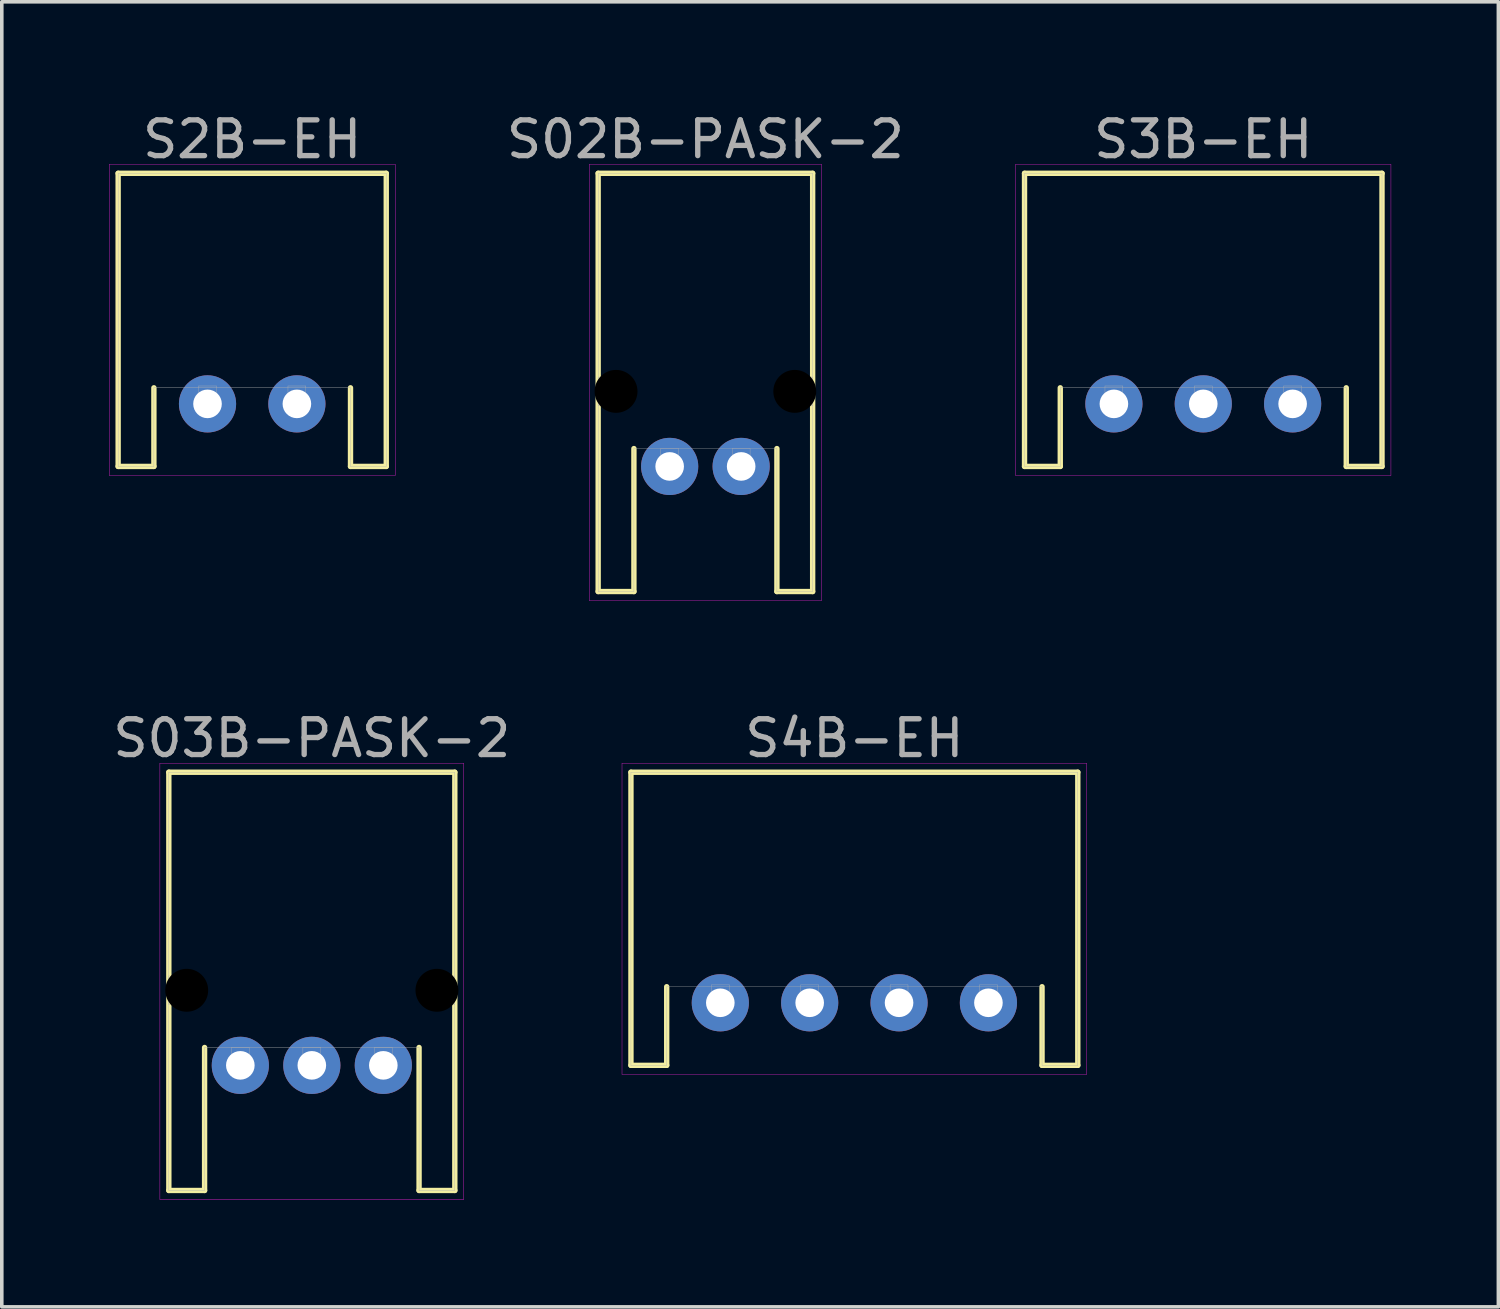
<source format=kicad_pcb>
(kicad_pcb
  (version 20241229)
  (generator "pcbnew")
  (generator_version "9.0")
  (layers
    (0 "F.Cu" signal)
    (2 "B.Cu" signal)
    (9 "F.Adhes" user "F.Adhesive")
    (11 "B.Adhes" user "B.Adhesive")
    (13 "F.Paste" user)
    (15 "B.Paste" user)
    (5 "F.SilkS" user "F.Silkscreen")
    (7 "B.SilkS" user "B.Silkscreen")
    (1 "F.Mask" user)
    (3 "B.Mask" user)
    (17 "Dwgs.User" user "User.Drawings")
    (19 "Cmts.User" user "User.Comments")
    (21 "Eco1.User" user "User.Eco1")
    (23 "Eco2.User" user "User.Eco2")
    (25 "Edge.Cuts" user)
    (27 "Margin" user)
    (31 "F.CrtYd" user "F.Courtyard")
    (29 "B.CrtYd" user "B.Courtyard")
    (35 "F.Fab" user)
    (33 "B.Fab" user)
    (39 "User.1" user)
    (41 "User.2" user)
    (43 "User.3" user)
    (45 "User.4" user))
  (footprint "S02B-PASK-2"
    (layer "F.Cu")
    (at 16.683 9.998)
    (property "Reference" "S02B-PASK-2" (at 0 -9.15 0) (layer "F.Fab") (effects (font (size 1 1) (thickness 0.15))))
    (attr through_hole)
    (fp_line (start -3 -8.2) (end -3 3.5) (stroke (width 0.15) (type solid)) (layer "F.SilkS"))
    (fp_line (start -3 -8.2) (end 3 -8.2) (stroke (width 0.15) (type solid)) (layer "F.SilkS"))
    (fp_line (start -3 3.5) (end -2 3.5) (stroke (width 0.15) (type solid)) (layer "F.SilkS"))
    (fp_line (start -2 3.5) (end -2 -0.5) (stroke (width 0.15) (type solid)) (layer "F.SilkS"))
    (fp_line (start 2 3.5) (end 2 -0.5) (stroke (width 0.15) (type solid)) (layer "F.SilkS"))
    (fp_line (start 3 -8.2) (end 3 3.5) (stroke (width 0.15) (type solid)) (layer "F.SilkS"))
    (fp_line (start 3 3.5) (end 2 3.5) (stroke (width 0.15) (type solid)) (layer "F.SilkS"))
    (fp_line (start -3.25 -8.45) (end 3.25 -8.45) (stroke (width 0.01) (type solid)) (layer "F.CrtYd"))
    (fp_line (start -3.25 3.75) (end -3.25 -8.45) (stroke (width 0.01) (type solid)) (layer "F.CrtYd"))
    (fp_line (start 3.25 -8.45) (end 3.25 3.75) (stroke (width 0.01) (type solid)) (layer "F.CrtYd"))
    (fp_line (start 3.25 3.75) (end -3.25 3.75) (stroke (width 0.01) (type solid)) (layer "F.CrtYd"))
    (fp_line (start -3 -8.2) (end -3 3.5) (stroke (width 0.01) (type solid)) (layer "F.Fab"))
    (fp_line (start -3 -8.2) (end 3 -8.2) (stroke (width 0.01) (type solid)) (layer "F.Fab"))
    (fp_line (start -3 -2.5) (end -2.4 -2.5) (stroke (width 0.01) (type solid)) (layer "F.Fab"))
    (fp_line (start -3 -1.7) (end -3 -2.5) (stroke (width 0.01) (type solid)) (layer "F.Fab"))
    (fp_line (start -3 3.5) (end -2 3.5) (stroke (width 0.01) (type solid)) (layer "F.Fab"))
    (fp_line (start -2.4 -2.5) (end -2.4 -1.7) (stroke (width 0.01) (type solid)) (layer "F.Fab"))
    (fp_line (start -2.4 -1.7) (end -3 -1.7) (stroke (width 0.01) (type solid)) (layer "F.Fab"))
    (fp_line (start -2 3.5) (end -2 -0.5) (stroke (width 0.01) (type solid)) (layer "F.Fab"))
    (fp_line (start -1.25 -0.5) (end -0.75 -0.5) (stroke (width 0.01) (type solid)) (layer "F.Fab"))
    (fp_line (start -1.25 -0.25) (end -0.75 -0.25) (stroke (width 0.01) (type solid)) (layer "F.Fab"))
    (fp_line (start -1.25 0.25) (end -1.25 -0.5) (stroke (width 0.01) (type solid)) (layer "F.Fab"))
    (fp_line (start -0.75 -0.5) (end -0.75 0.25) (stroke (width 0.01) (type solid)) (layer "F.Fab"))
    (fp_line (start -0.75 0.25) (end -1.25 0.25) (stroke (width 0.01) (type solid)) (layer "F.Fab"))
    (fp_line (start 0.75 -0.5) (end 1.25 -0.5) (stroke (width 0.01) (type solid)) (layer "F.Fab"))
    (fp_line (start 0.75 -0.25) (end 1.25 -0.25) (stroke (width 0.01) (type solid)) (layer "F.Fab"))
    (fp_line (start 0.75 0.25) (end 0.75 -0.5) (stroke (width 0.01) (type solid)) (layer "F.Fab"))
    (fp_line (start 1.25 -0.5) (end 1.25 0.25) (stroke (width 0.01) (type solid)) (layer "F.Fab"))
    (fp_line (start 1.25 0.25) (end 0.75 0.25) (stroke (width 0.01) (type solid)) (layer "F.Fab"))
    (fp_line (start 2 -0.5) (end -2 -0.5) (stroke (width 0.01) (type solid)) (layer "F.Fab"))
    (fp_line (start 2 3.5) (end 2 -0.5) (stroke (width 0.01) (type solid)) (layer "F.Fab"))
    (fp_line (start 2.4 -2.5) (end 3 -2.5) (stroke (width 0.01) (type solid)) (layer "F.Fab"))
    (fp_line (start 2.4 -1.7) (end 2.4 -2.5) (stroke (width 0.01) (type solid)) (layer "F.Fab"))
    (fp_line (start 3 -8.2) (end 3 3.5) (stroke (width 0.01) (type solid)) (layer "F.Fab"))
    (fp_line (start 3 -2.5) (end 3 -1.7) (stroke (width 0.01) (type solid)) (layer "F.Fab"))
    (fp_line (start 3 -1.7) (end 2.4 -1.7) (stroke (width 0.01) (type solid)) (layer "F.Fab"))
    (fp_line (start 3 3.5) (end 2 3.5) (stroke (width 0.01) (type solid)) (layer "F.Fab"))
    (pad "" np_thru_hole circle (at -2.5 -2.1) (size 1.2 1.2) (drill 1.2) (layers "*.Mask"))
    (pad "" np_thru_hole circle (at 2.5 -2.1) (size 1.2 1.2) (drill 1.2) (layers "*.Mask"))
    (pad "1" thru_hole circle (at 1 0) (size 1.6 1.6) (drill 0.8) (layers "*.Cu" "*.Mask"))
    (pad "2" thru_hole circle (at -1 0) (size 1.6 1.6) (drill 0.8) (layers "*.Cu" "*.Mask")))
  (footprint "S03B-PASK-2"
    (layer "F.Cu")
    (at 5.673 26.752)
    (property "Reference" "S03B-PASK-2" (at 0 -9.15 0) (layer "F.Fab") (effects (font (size 1 1) (thickness 0.15))))
    (attr through_hole)
    (fp_line (start -4 -8.2) (end -4 3.5) (stroke (width 0.15) (type solid)) (layer "F.SilkS"))
    (fp_line (start -4 -8.2) (end 4 -8.2) (stroke (width 0.15) (type solid)) (layer "F.SilkS"))
    (fp_line (start -4 3.5) (end -3 3.5) (stroke (width 0.15) (type solid)) (layer "F.SilkS"))
    (fp_line (start -3 3.5) (end -3 -0.5) (stroke (width 0.15) (type solid)) (layer "F.SilkS"))
    (fp_line (start 3 3.5) (end 3 -0.5) (stroke (width 0.15) (type solid)) (layer "F.SilkS"))
    (fp_line (start 4 -8.2) (end 4 3.5) (stroke (width 0.15) (type solid)) (layer "F.SilkS"))
    (fp_line (start 4 3.5) (end 3 3.5) (stroke (width 0.15) (type solid)) (layer "F.SilkS"))
    (fp_line (start -4.25 -8.45) (end 4.25 -8.45) (stroke (width 0.01) (type solid)) (layer "F.CrtYd"))
    (fp_line (start -4.25 3.75) (end -4.25 -8.45) (stroke (width 0.01) (type solid)) (layer "F.CrtYd"))
    (fp_line (start 4.25 -8.45) (end 4.25 3.75) (stroke (width 0.01) (type solid)) (layer "F.CrtYd"))
    (fp_line (start 4.25 3.75) (end -4.25 3.75) (stroke (width 0.01) (type solid)) (layer "F.CrtYd"))
    (fp_line (start -4 -8.2) (end -4 3.5) (stroke (width 0.01) (type solid)) (layer "F.Fab"))
    (fp_line (start -4 -8.2) (end 4 -8.2) (stroke (width 0.01) (type solid)) (layer "F.Fab"))
    (fp_line (start -4 -2.5) (end -3.4 -2.5) (stroke (width 0.01) (type solid)) (layer "F.Fab"))
    (fp_line (start -4 -1.7) (end -4 -2.5) (stroke (width 0.01) (type solid)) (layer "F.Fab"))
    (fp_line (start -4 3.5) (end -3 3.5) (stroke (width 0.01) (type solid)) (layer "F.Fab"))
    (fp_line (start -3.4 -2.5) (end -3.4 -1.7) (stroke (width 0.01) (type solid)) (layer "F.Fab"))
    (fp_line (start -3.4 -1.7) (end -4 -1.7) (stroke (width 0.01) (type solid)) (layer "F.Fab"))
    (fp_line (start -3 3.5) (end -3 -0.5) (stroke (width 0.01) (type solid)) (layer "F.Fab"))
    (fp_line (start -2.25 -0.5) (end -1.75 -0.5) (stroke (width 0.01) (type solid)) (layer "F.Fab"))
    (fp_line (start -2.25 -0.25) (end -1.75 -0.25) (stroke (width 0.01) (type solid)) (layer "F.Fab"))
    (fp_line (start -2.25 0.25) (end -2.25 -0.5) (stroke (width 0.01) (type solid)) (layer "F.Fab"))
    (fp_line (start -1.75 -0.5) (end -1.75 0.25) (stroke (width 0.01) (type solid)) (layer "F.Fab"))
    (fp_line (start -1.75 0.25) (end -2.25 0.25) (stroke (width 0.01) (type solid)) (layer "F.Fab"))
    (fp_line (start -0.25 -0.5) (end 0.25 -0.5) (stroke (width 0.01) (type solid)) (layer "F.Fab"))
    (fp_line (start -0.25 -0.25) (end 0.25 -0.25) (stroke (width 0.01) (type solid)) (layer "F.Fab"))
    (fp_line (start -0.25 0.25) (end -0.25 -0.5) (stroke (width 0.01) (type solid)) (layer "F.Fab"))
    (fp_line (start 0.25 -0.5) (end 0.25 0.25) (stroke (width 0.01) (type solid)) (layer "F.Fab"))
    (fp_line (start 0.25 0.25) (end -0.25 0.25) (stroke (width 0.01) (type solid)) (layer "F.Fab"))
    (fp_line (start 1.75 -0.5) (end 2.25 -0.5) (stroke (width 0.01) (type solid)) (layer "F.Fab"))
    (fp_line (start 1.75 -0.25) (end 2.25 -0.25) (stroke (width 0.01) (type solid)) (layer "F.Fab"))
    (fp_line (start 1.75 0.25) (end 1.75 -0.5) (stroke (width 0.01) (type solid)) (layer "F.Fab"))
    (fp_line (start 2.25 -0.5) (end 2.25 0.25) (stroke (width 0.01) (type solid)) (layer "F.Fab"))
    (fp_line (start 2.25 0.25) (end 1.75 0.25) (stroke (width 0.01) (type solid)) (layer "F.Fab"))
    (fp_line (start 3 -0.5) (end -3 -0.5) (stroke (width 0.01) (type solid)) (layer "F.Fab"))
    (fp_line (start 3 3.5) (end 3 -0.5) (stroke (width 0.01) (type solid)) (layer "F.Fab"))
    (fp_line (start 3.4 -2.5) (end 4 -2.5) (stroke (width 0.01) (type solid)) (layer "F.Fab"))
    (fp_line (start 3.4 -1.7) (end 3.4 -2.5) (stroke (width 0.01) (type solid)) (layer "F.Fab"))
    (fp_line (start 4 -8.2) (end 4 3.5) (stroke (width 0.01) (type solid)) (layer "F.Fab"))
    (fp_line (start 4 -2.5) (end 4 -1.7) (stroke (width 0.01) (type solid)) (layer "F.Fab"))
    (fp_line (start 4 -1.7) (end 3.4 -1.7) (stroke (width 0.01) (type solid)) (layer "F.Fab"))
    (fp_line (start 4 3.5) (end 3 3.5) (stroke (width 0.01) (type solid)) (layer "F.Fab"))
    (pad "" np_thru_hole circle (at -3.5 -2.1) (size 1.2 1.2) (drill 1.2) (layers "*.Mask"))
    (pad "" np_thru_hole circle (at 3.5 -2.1) (size 1.2 1.2) (drill 1.2) (layers "*.Mask"))
    (pad "1" thru_hole circle (at 2 0) (size 1.6 1.6) (drill 0.8) (layers "*.Cu" "*.Mask"))
    (pad "2" thru_hole circle (at 0 0) (size 1.6 1.6) (drill 0.8) (layers "*.Cu" "*.Mask"))
    (pad "3" thru_hole circle (at -2 0) (size 1.6 1.6) (drill 0.8) (layers "*.Cu" "*.Mask")))
  (footprint "S3B-EH"
    (layer "F.Cu")
    (at 30.61 8.248)
    (property "Reference" "S3B-EH" (at 0 -7.4 0) (layer "F.Fab") (effects (font (size 1 1) (thickness 0.15))))
    (attr through_hole)
    (fp_line (start -5 -6.45) (end -5 1.75) (stroke (width 0.15) (type solid)) (layer "F.SilkS"))
    (fp_line (start -5 -6.45) (end 5 -6.45) (stroke (width 0.15) (type solid)) (layer "F.SilkS"))
    (fp_line (start -5 1.75) (end -4 1.75) (stroke (width 0.15) (type solid)) (layer "F.SilkS"))
    (fp_line (start -4 1.75) (end -4 -0.45) (stroke (width 0.15) (type solid)) (layer "F.SilkS"))
    (fp_line (start 4 1.75) (end 4 -0.45) (stroke (width 0.15) (type solid)) (layer "F.SilkS"))
    (fp_line (start 5 -6.45) (end 5 1.75) (stroke (width 0.15) (type solid)) (layer "F.SilkS"))
    (fp_line (start 5 1.75) (end 4 1.75) (stroke (width 0.15) (type solid)) (layer "F.SilkS"))
    (fp_line (start -5.25 -6.7) (end 5.25 -6.7) (stroke (width 0.01) (type solid)) (layer "F.CrtYd"))
    (fp_line (start -5.25 2) (end -5.25 -6.7) (stroke (width 0.01) (type solid)) (layer "F.CrtYd"))
    (fp_line (start 5.25 -6.7) (end 5.25 2) (stroke (width 0.01) (type solid)) (layer "F.CrtYd"))
    (fp_line (start 5.25 2) (end -5.25 2) (stroke (width 0.01) (type solid)) (layer "F.CrtYd"))
    (fp_line (start -5 -6.45) (end -5 1.75) (stroke (width 0.01) (type solid)) (layer "F.Fab"))
    (fp_line (start -5 -6.45) (end 5 -6.45) (stroke (width 0.01) (type solid)) (layer "F.Fab"))
    (fp_line (start -5 1.75) (end -4 1.75) (stroke (width 0.01) (type solid)) (layer "F.Fab"))
    (fp_line (start -4 1.75) (end -4 -0.45) (stroke (width 0.01) (type solid)) (layer "F.Fab"))
    (fp_line (start -2.75 -0.5) (end -2.25 -0.5) (stroke (width 0.01) (type solid)) (layer "F.Fab"))
    (fp_line (start -2.75 -0.25) (end -2.25 -0.25) (stroke (width 0.01) (type solid)) (layer "F.Fab"))
    (fp_line (start -2.75 0.25) (end -2.75 -0.5) (stroke (width 0.01) (type solid)) (layer "F.Fab"))
    (fp_line (start -2.25 -0.5) (end -2.25 0.25) (stroke (width 0.01) (type solid)) (layer "F.Fab"))
    (fp_line (start -2.25 0.25) (end -2.75 0.25) (stroke (width 0.01) (type solid)) (layer "F.Fab"))
    (fp_line (start -0.25 -0.5) (end 0.25 -0.5) (stroke (width 0.01) (type solid)) (layer "F.Fab"))
    (fp_line (start -0.25 -0.25) (end 0.25 -0.25) (stroke (width 0.01) (type solid)) (layer "F.Fab"))
    (fp_line (start -0.25 0.25) (end -0.25 -0.5) (stroke (width 0.01) (type solid)) (layer "F.Fab"))
    (fp_line (start 0.25 -0.5) (end 0.25 0.25) (stroke (width 0.01) (type solid)) (layer "F.Fab"))
    (fp_line (start 0.25 0.25) (end -0.25 0.25) (stroke (width 0.01) (type solid)) (layer "F.Fab"))
    (fp_line (start 2.25 -0.5) (end 2.75 -0.5) (stroke (width 0.01) (type solid)) (layer "F.Fab"))
    (fp_line (start 2.25 -0.25) (end 2.75 -0.25) (stroke (width 0.01) (type solid)) (layer "F.Fab"))
    (fp_line (start 2.25 0.25) (end 2.25 -0.5) (stroke (width 0.01) (type solid)) (layer "F.Fab"))
    (fp_line (start 2.75 -0.5) (end 2.75 0.25) (stroke (width 0.01) (type solid)) (layer "F.Fab"))
    (fp_line (start 2.75 0.25) (end 2.25 0.25) (stroke (width 0.01) (type solid)) (layer "F.Fab"))
    (fp_line (start 4 -0.45) (end -4 -0.45) (stroke (width 0.01) (type solid)) (layer "F.Fab"))
    (fp_line (start 4 1.75) (end 4 -0.45) (stroke (width 0.01) (type solid)) (layer "F.Fab"))
    (fp_line (start 5 -6.45) (end 5 1.75) (stroke (width 0.01) (type solid)) (layer "F.Fab"))
    (fp_line (start 5 1.75) (end 4 1.75) (stroke (width 0.01) (type solid)) (layer "F.Fab"))
    (pad "1" thru_hole circle (at 2.5 0) (size 1.6 1.6) (drill 0.8) (layers "*.Cu" "*.Mask"))
    (pad "2" thru_hole circle (at 0 0) (size 1.6 1.6) (drill 0.8) (layers "*.Cu" "*.Mask"))
    (pad "3" thru_hole circle (at -2.5 0) (size 1.6 1.6) (drill 0.8) (layers "*.Cu" "*.Mask")))
  (footprint "S4B-EH"
    (layer "F.Cu")
    (at 20.85 25.002)
    (property "Reference" "S4B-EH" (at 0 -7.4 0) (layer "F.Fab") (effects (font (size 1 1) (thickness 0.15))))
    (attr through_hole)
    (fp_line (start -6.25 -6.45) (end -6.25 1.75) (stroke (width 0.15) (type solid)) (layer "F.SilkS"))
    (fp_line (start -6.25 -6.45) (end 6.25 -6.45) (stroke (width 0.15) (type solid)) (layer "F.SilkS"))
    (fp_line (start -6.25 1.75) (end -5.25 1.75) (stroke (width 0.15) (type solid)) (layer "F.SilkS"))
    (fp_line (start -5.25 1.75) (end -5.25 -0.45) (stroke (width 0.15) (type solid)) (layer "F.SilkS"))
    (fp_line (start 5.25 1.75) (end 5.25 -0.45) (stroke (width 0.15) (type solid)) (layer "F.SilkS"))
    (fp_line (start 6.25 -6.45) (end 6.25 1.75) (stroke (width 0.15) (type solid)) (layer "F.SilkS"))
    (fp_line (start 6.25 1.75) (end 5.25 1.75) (stroke (width 0.15) (type solid)) (layer "F.SilkS"))
    (fp_line (start -6.5 -6.7) (end 6.5 -6.7) (stroke (width 0.01) (type solid)) (layer "F.CrtYd"))
    (fp_line (start -6.5 2) (end -6.5 -6.7) (stroke (width 0.01) (type solid)) (layer "F.CrtYd"))
    (fp_line (start 6.5 -6.7) (end 6.5 2) (stroke (width 0.01) (type solid)) (layer "F.CrtYd"))
    (fp_line (start 6.5 2) (end -6.5 2) (stroke (width 0.01) (type solid)) (layer "F.CrtYd"))
    (fp_line (start -6.25 -6.45) (end -6.25 1.75) (stroke (width 0.01) (type solid)) (layer "F.Fab"))
    (fp_line (start -6.25 -6.45) (end 6.25 -6.45) (stroke (width 0.01) (type solid)) (layer "F.Fab"))
    (fp_line (start -6.25 1.75) (end -5.25 1.75) (stroke (width 0.01) (type solid)) (layer "F.Fab"))
    (fp_line (start -5.25 1.75) (end -5.25 -0.45) (stroke (width 0.01) (type solid)) (layer "F.Fab"))
    (fp_line (start -4 -0.5) (end -3.5 -0.5) (stroke (width 0.01) (type solid)) (layer "F.Fab"))
    (fp_line (start -4 -0.25) (end -3.5 -0.25) (stroke (width 0.01) (type solid)) (layer "F.Fab"))
    (fp_line (start -4 0.25) (end -4 -0.5) (stroke (width 0.01) (type solid)) (layer "F.Fab"))
    (fp_line (start -3.5 -0.5) (end -3.5 0.25) (stroke (width 0.01) (type solid)) (layer "F.Fab"))
    (fp_line (start -3.5 0.25) (end -4 0.25) (stroke (width 0.01) (type solid)) (layer "F.Fab"))
    (fp_line (start -1.5 -0.5) (end -1 -0.5) (stroke (width 0.01) (type solid)) (layer "F.Fab"))
    (fp_line (start -1.5 -0.25) (end -1 -0.25) (stroke (width 0.01) (type solid)) (layer "F.Fab"))
    (fp_line (start -1.5 0.25) (end -1.5 -0.5) (stroke (width 0.01) (type solid)) (layer "F.Fab"))
    (fp_line (start -1 -0.5) (end -1 0.25) (stroke (width 0.01) (type solid)) (layer "F.Fab"))
    (fp_line (start -1 0.25) (end -1.5 0.25) (stroke (width 0.01) (type solid)) (layer "F.Fab"))
    (fp_line (start 1 -0.5) (end 1.5 -0.5) (stroke (width 0.01) (type solid)) (layer "F.Fab"))
    (fp_line (start 1 -0.25) (end 1.5 -0.25) (stroke (width 0.01) (type solid)) (layer "F.Fab"))
    (fp_line (start 1 0.25) (end 1 -0.5) (stroke (width 0.01) (type solid)) (layer "F.Fab"))
    (fp_line (start 1.5 -0.5) (end 1.5 0.25) (stroke (width 0.01) (type solid)) (layer "F.Fab"))
    (fp_line (start 1.5 0.25) (end 1 0.25) (stroke (width 0.01) (type solid)) (layer "F.Fab"))
    (fp_line (start 3.5 -0.5) (end 4 -0.5) (stroke (width 0.01) (type solid)) (layer "F.Fab"))
    (fp_line (start 3.5 -0.25) (end 4 -0.25) (stroke (width 0.01) (type solid)) (layer "F.Fab"))
    (fp_line (start 3.5 0.25) (end 3.5 -0.5) (stroke (width 0.01) (type solid)) (layer "F.Fab"))
    (fp_line (start 4 -0.5) (end 4 0.25) (stroke (width 0.01) (type solid)) (layer "F.Fab"))
    (fp_line (start 4 0.25) (end 3.5 0.25) (stroke (width 0.01) (type solid)) (layer "F.Fab"))
    (fp_line (start 5.25 -0.45) (end -5.25 -0.45) (stroke (width 0.01) (type solid)) (layer "F.Fab"))
    (fp_line (start 5.25 1.75) (end 5.25 -0.45) (stroke (width 0.01) (type solid)) (layer "F.Fab"))
    (fp_line (start 6.25 -6.45) (end 6.25 1.75) (stroke (width 0.01) (type solid)) (layer "F.Fab"))
    (fp_line (start 6.25 1.75) (end 5.25 1.75) (stroke (width 0.01) (type solid)) (layer "F.Fab"))
    (pad "1" thru_hole circle (at 3.75 0) (size 1.6 1.6) (drill 0.8) (layers "*.Cu" "*.Mask"))
    (pad "2" thru_hole circle (at 1.25 0) (size 1.6 1.6) (drill 0.8) (layers "*.Cu" "*.Mask"))
    (pad "3" thru_hole circle (at -1.25 0) (size 1.6 1.6) (drill 0.8) (layers "*.Cu" "*.Mask"))
    (pad "4" thru_hole circle (at -3.75 0) (size 1.6 1.6) (drill 0.8) (layers "*.Cu" "*.Mask")))
  (footprint "S2B-EH"
    (layer "F.Cu")
    (at 4.005 8.248)
    (property "Reference" "S2B-EH" (at 0 -7.4 0) (layer "F.Fab") (effects (font (size 1 1) (thickness 0.15))))
    (attr through_hole)
    (fp_line (start -3.75 -6.45) (end -3.75 1.75) (stroke (width 0.15) (type solid)) (layer "F.SilkS"))
    (fp_line (start -3.75 -6.45) (end 3.75 -6.45) (stroke (width 0.15) (type solid)) (layer "F.SilkS"))
    (fp_line (start -3.75 1.75) (end -2.75 1.75) (stroke (width 0.15) (type solid)) (layer "F.SilkS"))
    (fp_line (start -2.75 1.75) (end -2.75 -0.45) (stroke (width 0.15) (type solid)) (layer "F.SilkS"))
    (fp_line (start 2.75 1.75) (end 2.75 -0.45) (stroke (width 0.15) (type solid)) (layer "F.SilkS"))
    (fp_line (start 3.75 -6.45) (end 3.75 1.75) (stroke (width 0.15) (type solid)) (layer "F.SilkS"))
    (fp_line (start 3.75 1.75) (end 2.75 1.75) (stroke (width 0.15) (type solid)) (layer "F.SilkS"))
    (fp_line (start -4 -6.7) (end 4 -6.7) (stroke (width 0.01) (type solid)) (layer "F.CrtYd"))
    (fp_line (start -4 2) (end -4 -6.7) (stroke (width 0.01) (type solid)) (layer "F.CrtYd"))
    (fp_line (start 4 -6.7) (end 4 2) (stroke (width 0.01) (type solid)) (layer "F.CrtYd"))
    (fp_line (start 4 2) (end -4 2) (stroke (width 0.01) (type solid)) (layer "F.CrtYd"))
    (fp_line (start -3.75 -6.45) (end -3.75 1.75) (stroke (width 0.01) (type solid)) (layer "F.Fab"))
    (fp_line (start -3.75 -6.45) (end 3.75 -6.45) (stroke (width 0.01) (type solid)) (layer "F.Fab"))
    (fp_line (start -3.75 1.75) (end -2.75 1.75) (stroke (width 0.01) (type solid)) (layer "F.Fab"))
    (fp_line (start -2.75 1.75) (end -2.75 -0.45) (stroke (width 0.01) (type solid)) (layer "F.Fab"))
    (fp_line (start -1.5 -0.5) (end -1 -0.5) (stroke (width 0.01) (type solid)) (layer "F.Fab"))
    (fp_line (start -1.5 -0.25) (end -1 -0.25) (stroke (width 0.01) (type solid)) (layer "F.Fab"))
    (fp_line (start -1.5 0.25) (end -1.5 -0.5) (stroke (width 0.01) (type solid)) (layer "F.Fab"))
    (fp_line (start -1 -0.5) (end -1 0.25) (stroke (width 0.01) (type solid)) (layer "F.Fab"))
    (fp_line (start -1 0.25) (end -1.5 0.25) (stroke (width 0.01) (type solid)) (layer "F.Fab"))
    (fp_line (start 1 -0.5) (end 1.5 -0.5) (stroke (width 0.01) (type solid)) (layer "F.Fab"))
    (fp_line (start 1 -0.25) (end 1.5 -0.25) (stroke (width 0.01) (type solid)) (layer "F.Fab"))
    (fp_line (start 1 0.25) (end 1 -0.5) (stroke (width 0.01) (type solid)) (layer "F.Fab"))
    (fp_line (start 1.5 -0.5) (end 1.5 0.25) (stroke (width 0.01) (type solid)) (layer "F.Fab"))
    (fp_line (start 1.5 0.25) (end 1 0.25) (stroke (width 0.01) (type solid)) (layer "F.Fab"))
    (fp_line (start 2.75 -0.45) (end -2.75 -0.45) (stroke (width 0.01) (type solid)) (layer "F.Fab"))
    (fp_line (start 2.75 1.75) (end 2.75 -0.45) (stroke (width 0.01) (type solid)) (layer "F.Fab"))
    (fp_line (start 3.75 -6.45) (end 3.75 1.75) (stroke (width 0.01) (type solid)) (layer "F.Fab"))
    (fp_line (start 3.75 1.75) (end 2.75 1.75) (stroke (width 0.01) (type solid)) (layer "F.Fab"))
    (pad "1" thru_hole circle (at 1.25 0) (size 1.6 1.6) (drill 0.8) (layers "*.Cu" "*.Mask"))
    (pad "2" thru_hole circle (at -1.25 0) (size 1.6 1.6) (drill 0.8) (layers "*.Cu" "*.Mask")))
  (gr_rect
    (start -3 -3)
    (end 38.865 33.507)
    (stroke (width 0.1) (type default))
    (fill no)
    (layer "Edge.Cuts")))
</source>
